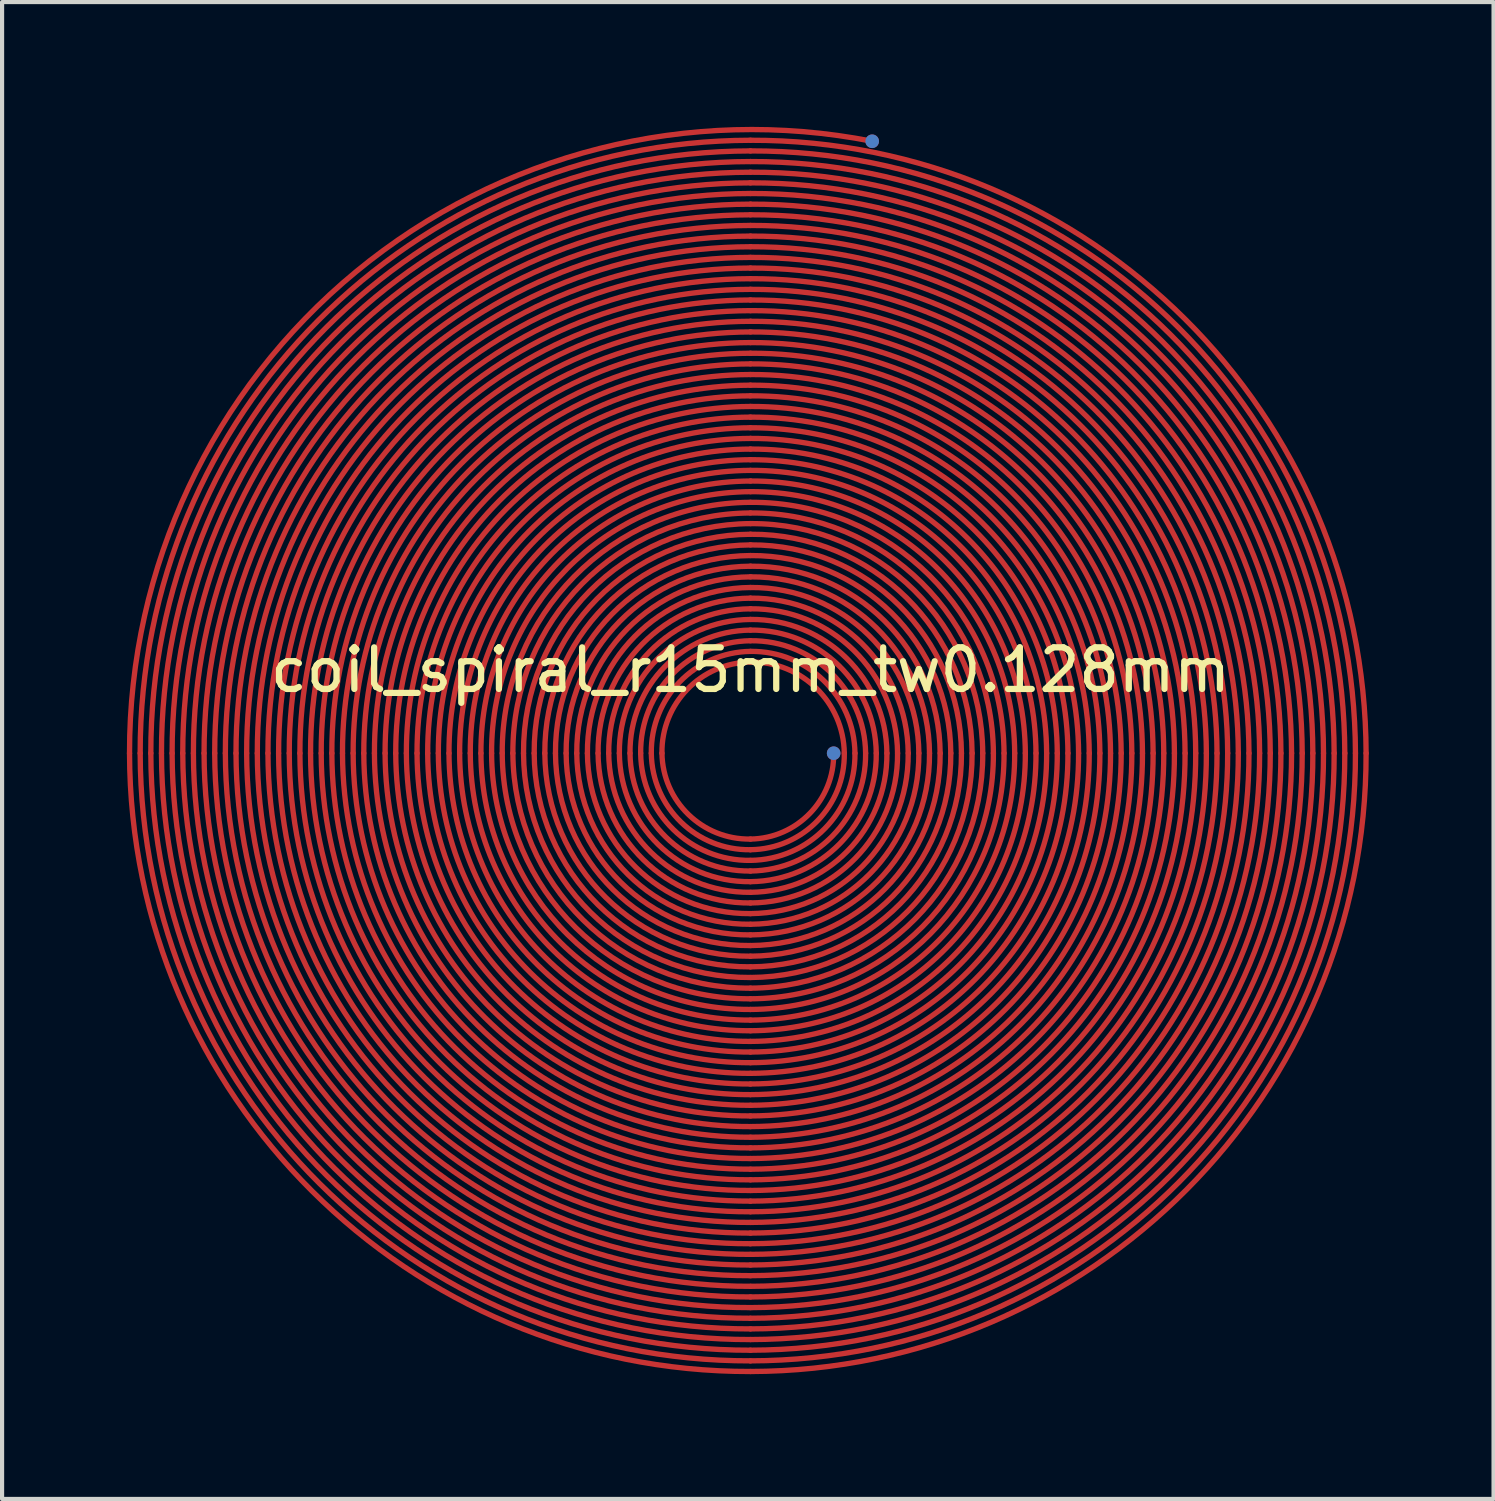
<source format=kicad_pcb>
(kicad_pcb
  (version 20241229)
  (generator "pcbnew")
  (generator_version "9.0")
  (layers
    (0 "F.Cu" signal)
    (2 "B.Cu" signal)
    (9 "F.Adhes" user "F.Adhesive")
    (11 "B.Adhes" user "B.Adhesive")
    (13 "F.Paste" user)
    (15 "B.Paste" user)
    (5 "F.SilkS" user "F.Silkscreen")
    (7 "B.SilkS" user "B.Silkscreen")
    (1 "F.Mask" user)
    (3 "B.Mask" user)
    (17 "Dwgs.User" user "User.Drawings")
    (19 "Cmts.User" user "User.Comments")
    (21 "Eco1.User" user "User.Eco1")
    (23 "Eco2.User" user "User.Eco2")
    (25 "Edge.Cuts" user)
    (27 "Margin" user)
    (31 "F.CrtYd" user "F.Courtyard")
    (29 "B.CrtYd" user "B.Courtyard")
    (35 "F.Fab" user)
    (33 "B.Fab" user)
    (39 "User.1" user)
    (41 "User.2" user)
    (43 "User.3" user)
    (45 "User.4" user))
  (footprint "coil_spiral_r15mm_tw0.128mm"
    (layer "F.Cu")
    (at 14.992 15.058)
    (property "Reference" "coil_spiral_r15mm_tw0.128mm" (at 0 -2 0) (layer "F.SilkS") (effects (font (size 1 1) (thickness 0.15))))
    (attr through_hole)
    (fp_arc (start -14.928 0) (mid -9.479927 -11.578164) (end 2.926355 -14.71178) (stroke (width 0.128) (type solid)) (layer "F.Cu"))
    (fp_arc (start -14.672 0) (mid -10.38795 -10.406695) (end 0 -14.736) (stroke (width 0.128) (type solid)) (layer "F.Cu"))
    (fp_arc (start -14.416 0) (mid -10.206931 -10.225676) (end 0 -14.479999) (stroke (width 0.128) (type solid)) (layer "F.Cu"))
    (fp_arc (start -14.16 0) (mid -10.025912 -10.044658) (end 0 -14.224) (stroke (width 0.128) (type solid)) (layer "F.Cu"))
    (fp_arc (start -13.904 0) (mid -9.844893 -9.863638) (end 0 -13.967999) (stroke (width 0.128) (type solid)) (layer "F.Cu"))
    (fp_arc (start -13.648 0) (mid -9.663875 -9.68262) (end 0 -13.711999) (stroke (width 0.128) (type solid)) (layer "F.Cu"))
    (fp_arc (start -13.392 0) (mid -9.482856 -9.501601) (end 0 -13.456) (stroke (width 0.128) (type solid)) (layer "F.Cu"))
    (fp_arc (start -13.136 0) (mid -9.301837 -9.320582) (end 0 -13.2) (stroke (width 0.128) (type solid)) (layer "F.Cu"))
    (fp_arc (start -12.88 0) (mid -9.120818 -9.139563) (end 0.000001 -12.943999) (stroke (width 0.128) (type solid)) (layer "F.Cu"))
    (fp_arc (start -12.624 0) (mid -8.939799 -8.958544) (end 0 -12.687999) (stroke (width 0.128) (type solid)) (layer "F.Cu"))
    (fp_arc (start -12.368 0) (mid -8.758781 -8.777525) (end 0 -12.432) (stroke (width 0.128) (type solid)) (layer "F.Cu"))
    (fp_arc (start -12.112 0) (mid -8.577763 -8.596507) (end -0.000001 -12.176001) (stroke (width 0.128) (type solid)) (layer "F.Cu"))
    (fp_arc (start -11.856 0) (mid -8.396743 -8.415489) (end 0 -11.920001) (stroke (width 0.128) (type solid)) (layer "F.Cu"))
    (fp_arc (start -11.6 0) (mid -8.215725 -8.23447) (end 0 -11.664) (stroke (width 0.128) (type solid)) (layer "F.Cu"))
    (fp_arc (start -11.344 0) (mid -8.034706 -8.053451) (end 0 -11.408) (stroke (width 0.128) (type solid)) (layer "F.Cu"))
    (fp_arc (start -11.088 0) (mid -7.853688 -7.872433) (end 0 -11.152001) (stroke (width 0.128) (type solid)) (layer "F.Cu"))
    (fp_arc (start -10.832 0) (mid -7.672668 -7.691414) (end 0.000001 -10.896) (stroke (width 0.128) (type solid)) (layer "F.Cu"))
    (fp_arc (start -10.576 0) (mid -7.49165 -7.510395) (end 0 -10.64) (stroke (width 0.128) (type solid)) (layer "F.Cu"))
    (fp_arc (start -10.32 0) (mid -7.310632 -7.329377) (end 0 -10.384) (stroke (width 0.128) (type solid)) (layer "F.Cu"))
    (fp_arc (start -10.064 0) (mid -7.129613 -7.148358) (end 0 -10.128) (stroke (width 0.128) (type solid)) (layer "F.Cu"))
    (fp_arc (start -9.808 0) (mid -6.948595 -6.96734) (end 0 -9.872) (stroke (width 0.128) (type solid)) (layer "F.Cu"))
    (fp_arc (start -9.552 0) (mid -6.767577 -6.786322) (end 0 -9.616001) (stroke (width 0.128) (type solid)) (layer "F.Cu"))
    (fp_arc (start -9.296 0) (mid -6.586558 -6.605303) (end 0 -9.36) (stroke (width 0.128) (type solid)) (layer "F.Cu"))
    (fp_arc (start -9.04 0) (mid -6.405541 -6.424285) (end -0.000001 -9.104) (stroke (width 0.128) (type solid)) (layer "F.Cu"))
    (fp_arc (start -8.784 0) (mid -6.224522 -6.243267) (end -0.000001 -8.848) (stroke (width 0.128) (type solid)) (layer "F.Cu"))
    (fp_arc (start -8.528 0) (mid -6.043504 -6.062249) (end 0 -8.592) (stroke (width 0.128) (type solid)) (layer "F.Cu"))
    (fp_arc (start -8.272 0) (mid -5.862485 -5.881231) (end 0.000001 -8.336) (stroke (width 0.128) (type solid)) (layer "F.Cu"))
    (fp_arc (start -8.016 0) (mid -5.681468 -5.700213) (end 0 -8.08) (stroke (width 0.128) (type solid)) (layer "F.Cu"))
    (fp_arc (start -7.76 0) (mid -5.50045 -5.519195) (end 0 -7.824) (stroke (width 0.128) (type solid)) (layer "F.Cu"))
    (fp_arc (start -7.504 0) (mid -5.319432 -5.338177) (end 0 -7.567999) (stroke (width 0.128) (type solid)) (layer "F.Cu"))
    (fp_arc (start -7.248 0) (mid -5.138415 -5.157159) (end 0 -7.311999) (stroke (width 0.128) (type solid)) (layer "F.Cu"))
    (fp_arc (start -6.992 0) (mid -4.957397 -4.976142) (end 0 -7.056) (stroke (width 0.128) (type solid)) (layer "F.Cu"))
    (fp_arc (start -6.736 0) (mid -4.77638 -4.795125) (end 0 -6.800001) (stroke (width 0.128) (type solid)) (layer "F.Cu"))
    (fp_arc (start -6.48 0) (mid -4.595363 -4.614107) (end 0 -6.544) (stroke (width 0.128) (type solid)) (layer "F.Cu"))
    (fp_arc (start -6.224 0) (mid -4.414346 -4.43309) (end -0.000001 -6.288) (stroke (width 0.128) (type solid)) (layer "F.Cu"))
    (fp_arc (start -5.968 0) (mid -4.233329 -4.252073) (end 0 -6.032) (stroke (width 0.128) (type solid)) (layer "F.Cu"))
    (fp_arc (start -5.712 0) (mid -4.052312 -4.071057) (end 0 -5.776) (stroke (width 0.128) (type solid)) (layer "F.Cu"))
    (fp_arc (start -5.456 0) (mid -3.871296 -3.89004) (end -0.000001 -5.52) (stroke (width 0.128) (type solid)) (layer "F.Cu"))
    (fp_arc (start -5.2 0) (mid -3.69028 -3.709024) (end -0.000001 -5.264) (stroke (width 0.128) (type solid)) (layer "F.Cu"))
    (fp_arc (start -4.944 0) (mid -3.509264 -3.528008) (end 0 -5.008) (stroke (width 0.128) (type solid)) (layer "F.Cu"))
    (fp_arc (start -4.688 0) (mid -3.328249 -3.346993) (end 0 -4.752) (stroke (width 0.128) (type solid)) (layer "F.Cu"))
    (fp_arc (start -4.432 0) (mid -3.147234 -3.165978) (end 0 -4.496) (stroke (width 0.128) (type solid)) (layer "F.Cu"))
    (fp_arc (start -4.176 0) (mid -2.966219 -2.984963) (end 0 -4.239999) (stroke (width 0.128) (type solid)) (layer "F.Cu"))
    (fp_arc (start -3.92 0) (mid -2.785206 -2.803949) (end 0 -3.984) (stroke (width 0.128) (type solid)) (layer "F.Cu"))
    (fp_arc (start -3.664 0) (mid -2.604192 -2.622936) (end 0.000001 -3.728) (stroke (width 0.128) (type solid)) (layer "F.Cu"))
    (fp_arc (start -3.408 0) (mid -2.423181 -2.441924) (end -0.000001 -3.472) (stroke (width 0.128) (type solid)) (layer "F.Cu"))
    (fp_arc (start -3.152 0) (mid -2.24217 -2.260913) (end 0 -3.216) (stroke (width 0.128) (type solid)) (layer "F.Cu"))
    (fp_arc (start -2.896 0) (mid -2.061161 -2.079903) (end 0 -2.959999) (stroke (width 0.128) (type solid)) (layer "F.Cu"))
    (fp_arc (start -2.64 0) (mid -1.880154 -1.898896) (end 0 -2.704) (stroke (width 0.128) (type solid)) (layer "F.Cu"))
    (fp_arc (start -2.384 0) (mid -1.699149 -1.717891) (end 0 -2.448001) (stroke (width 0.128) (type solid)) (layer "F.Cu"))
    (fp_arc (start -2.128 0) (mid -1.518148 -1.536889) (end 0.000001 -2.192) (stroke (width 0.128) (type solid)) (layer "F.Cu"))
    (fp_arc (start 0 -14.736) (mid 10.45195 -10.433205) (end 14.8 -0.000001) (stroke (width 0.128) (type solid)) (layer "F.Cu"))
    (fp_arc (start 0 -14.48) (mid 10.270931 -10.252186) (end 14.544 0) (stroke (width 0.128) (type solid)) (layer "F.Cu"))
    (fp_arc (start 0 -14.224) (mid 10.089912 -10.071168) (end 14.288 -0.000001) (stroke (width 0.128) (type solid)) (layer "F.Cu"))
    (fp_arc (start 0 -13.968) (mid 9.908894 -9.890148) (end 14.032 0.000001) (stroke (width 0.128) (type solid)) (layer "F.Cu"))
    (fp_arc (start 0 -13.712) (mid 9.727875 -9.70913) (end 13.776 0) (stroke (width 0.128) (type solid)) (layer "F.Cu"))
    (fp_arc (start 0 -13.456) (mid 9.546855 -9.52811) (end 13.519999 0) (stroke (width 0.128) (type solid)) (layer "F.Cu"))
    (fp_arc (start 0 -13.2) (mid 9.365837 -9.347092) (end 13.263999 0) (stroke (width 0.128) (type solid)) (layer "F.Cu"))
    (fp_arc (start 0 -12.944) (mid 9.184818 -9.166073) (end 13.008 0) (stroke (width 0.128) (type solid)) (layer "F.Cu"))
    (fp_arc (start 0 -12.688) (mid 9.003799 -8.985054) (end 12.752 0) (stroke (width 0.128) (type solid)) (layer "F.Cu"))
    (fp_arc (start 0 -12.432) (mid 8.822781 -8.804036) (end 12.496001 0) (stroke (width 0.128) (type solid)) (layer "F.Cu"))
    (fp_arc (start 0 -12.176) (mid 8.641761 -8.623017) (end 12.24 -0.000001) (stroke (width 0.128) (type solid)) (layer "F.Cu"))
    (fp_arc (start 0 -11.92) (mid 8.460743 -8.441998) (end 11.984 0) (stroke (width 0.128) (type solid)) (layer "F.Cu"))
    (fp_arc (start 0 -11.664) (mid 8.279724 -8.260979) (end 11.728 0) (stroke (width 0.128) (type solid)) (layer "F.Cu"))
    (fp_arc (start 0 -11.408) (mid 8.098706 -8.079961) (end 11.472001 0) (stroke (width 0.128) (type solid)) (layer "F.Cu"))
    (fp_arc (start 0 -11.152) (mid 7.917687 -7.898942) (end 11.216 0) (stroke (width 0.128) (type solid)) (layer "F.Cu"))
    (fp_arc (start 0 -10.896) (mid 7.736669 -7.717924) (end 10.960001 0) (stroke (width 0.128) (type solid)) (layer "F.Cu"))
    (fp_arc (start 0 -10.64) (mid 7.55565 -7.536905) (end 10.704 0.000001) (stroke (width 0.128) (type solid)) (layer "F.Cu"))
    (fp_arc (start 0 -10.384) (mid 7.374631 -7.355886) (end 10.448 0) (stroke (width 0.128) (type solid)) (layer "F.Cu"))
    (fp_arc (start 0 -10.128) (mid 7.193613 -7.174868) (end 10.192 0) (stroke (width 0.128) (type solid)) (layer "F.Cu"))
    (fp_arc (start 0 -9.872) (mid 7.012595 -6.993849) (end 9.936 0.000001) (stroke (width 0.128) (type solid)) (layer "F.Cu"))
    (fp_arc (start 0 -9.616) (mid 6.831576 -6.812832) (end 9.68 -0.000001) (stroke (width 0.128) (type solid)) (layer "F.Cu"))
    (fp_arc (start 0 -9.36) (mid 6.650558 -6.631813) (end 9.424 0) (stroke (width 0.128) (type solid)) (layer "F.Cu"))
    (fp_arc (start 0 -9.104) (mid 6.46954 -6.450795) (end 9.168 0) (stroke (width 0.128) (type solid)) (layer "F.Cu"))
    (fp_arc (start 0 -8.848) (mid 6.288521 -6.269777) (end 8.912 -0.000001) (stroke (width 0.128) (type solid)) (layer "F.Cu"))
    (fp_arc (start 0 -8.592) (mid 6.107503 -6.088758) (end 8.656 0) (stroke (width 0.128) (type solid)) (layer "F.Cu"))
    (fp_arc (start 0 -8.336) (mid 5.926485 -5.90774) (end 8.4 0) (stroke (width 0.128) (type solid)) (layer "F.Cu"))
    (fp_arc (start 0 -8.08) (mid 5.745467 -5.726723) (end 8.144 0) (stroke (width 0.128) (type solid)) (layer "F.Cu"))
    (fp_arc (start 0 -7.824) (mid 5.56445 -5.545705) (end 7.888 0) (stroke (width 0.128) (type solid)) (layer "F.Cu"))
    (fp_arc (start 0 -7.568) (mid 5.383432 -5.364687) (end 7.632 0) (stroke (width 0.128) (type solid)) (layer "F.Cu"))
    (fp_arc (start 0 -7.312) (mid 5.202414 -5.183669) (end 7.376 0) (stroke (width 0.128) (type solid)) (layer "F.Cu"))
    (fp_arc (start 0 -7.056) (mid 5.021397 -5.002652) (end 7.120001 0) (stroke (width 0.128) (type solid)) (layer "F.Cu"))
    (fp_arc (start 0 -6.8) (mid 4.840379 -4.821634) (end 6.864 0) (stroke (width 0.128) (type solid)) (layer "F.Cu"))
    (fp_arc (start 0 -6.544) (mid 4.659361 -4.640617) (end 6.608 0) (stroke (width 0.128) (type solid)) (layer "F.Cu"))
    (fp_arc (start 0 -6.288) (mid 4.478344 -4.4596) (end 6.352 -0.000001) (stroke (width 0.128) (type solid)) (layer "F.Cu"))
    (fp_arc (start 0 -6.032) (mid 4.297328 -4.278583) (end 6.096 0) (stroke (width 0.128) (type solid)) (layer "F.Cu"))
    (fp_arc (start 0 -5.776) (mid 4.116311 -4.097566) (end 5.84 0) (stroke (width 0.128) (type solid)) (layer "F.Cu"))
    (fp_arc (start 0 -5.52) (mid 3.935294 -3.91655) (end 5.584 0) (stroke (width 0.128) (type solid)) (layer "F.Cu"))
    (fp_arc (start 0 -5.264) (mid 3.754278 -3.735534) (end 5.328 0) (stroke (width 0.128) (type solid)) (layer "F.Cu"))
    (fp_arc (start 0 -5.008) (mid 3.573262 -3.554518) (end 5.072 -0.000001) (stroke (width 0.128) (type solid)) (layer "F.Cu"))
    (fp_arc (start 0 -4.752) (mid 3.392247 -3.373503) (end 4.816 0) (stroke (width 0.128) (type solid)) (layer "F.Cu"))
    (fp_arc (start 0 -4.496) (mid 3.211231 -3.192487) (end 4.56 0) (stroke (width 0.128) (type solid)) (layer "F.Cu"))
    (fp_arc (start 0 -4.24) (mid 3.030217 -3.011473) (end 4.304 0.000001) (stroke (width 0.128) (type solid)) (layer "F.Cu"))
    (fp_arc (start 0 -3.984) (mid 2.849203 -2.830459) (end 4.048 0.000001) (stroke (width 0.128) (type solid)) (layer "F.Cu"))
    (fp_arc (start 0 -3.728) (mid 2.66819 -2.649446) (end 3.792001 0) (stroke (width 0.128) (type solid)) (layer "F.Cu"))
    (fp_arc (start 0 -3.472) (mid 2.487177 -2.468434) (end 3.535999 0) (stroke (width 0.128) (type solid)) (layer "F.Cu"))
    (fp_arc (start 0 -3.216) (mid 2.306166 -2.287423) (end 3.28 0) (stroke (width 0.128) (type solid)) (layer "F.Cu"))
    (fp_arc (start 0 -2.96) (mid 2.125156 -2.106413) (end 3.024001 0) (stroke (width 0.128) (type solid)) (layer "F.Cu"))
    (fp_arc (start 0 -2.704) (mid 1.944147 -1.925405) (end 2.768 0) (stroke (width 0.128) (type solid)) (layer "F.Cu"))
    (fp_arc (start 0 -2.448) (mid 1.763141 -1.7444) (end 2.512 -0.000001) (stroke (width 0.128) (type solid)) (layer "F.Cu"))
    (fp_arc (start 0 -2.192) (mid 1.582138 -1.563398) (end 2.256 -0.000001) (stroke (width 0.128) (type solid)) (layer "F.Cu"))
    (fp_arc (start 0 2.064) (mid -1.491639 1.472898) (end -2.128 -0.000001) (stroke (width 0.128) (type solid)) (layer "F.Cu"))
    (fp_arc (start 0 2.32) (mid -1.67264 1.653898) (end -2.384 -0.000001) (stroke (width 0.128) (type solid)) (layer "F.Cu"))
    (fp_arc (start 0 2.576) (mid -1.853644 1.834902) (end -2.64 0) (stroke (width 0.128) (type solid)) (layer "F.Cu"))
    (fp_arc (start 0 2.832) (mid -2.034652 2.015909) (end -2.896001 0) (stroke (width 0.128) (type solid)) (layer "F.Cu"))
    (fp_arc (start 0 3.088) (mid -2.215661 2.196918) (end -3.152 0) (stroke (width 0.128) (type solid)) (layer "F.Cu"))
    (fp_arc (start 0 3.344) (mid -2.396671 2.377929) (end -3.408 0.000001) (stroke (width 0.128) (type solid)) (layer "F.Cu"))
    (fp_arc (start 0 3.6) (mid -2.577683 2.558939) (end -3.664 -0.000001) (stroke (width 0.128) (type solid)) (layer "F.Cu"))
    (fp_arc (start 0 3.856) (mid -2.758696 2.739952) (end -3.92 -0.000001) (stroke (width 0.128) (type solid)) (layer "F.Cu"))
    (fp_arc (start 0 4.112) (mid -2.93971 2.920966) (end -4.176 0) (stroke (width 0.128) (type solid)) (layer "F.Cu"))
    (fp_arc (start 0 4.368) (mid -3.120724 3.10198) (end -4.432 0) (stroke (width 0.128) (type solid)) (layer "F.Cu"))
    (fp_arc (start 0 4.624) (mid -3.301739 3.282995) (end -4.688001 0) (stroke (width 0.128) (type solid)) (layer "F.Cu"))
    (fp_arc (start 0 4.88) (mid -3.482754 3.46401) (end -4.944 0) (stroke (width 0.128) (type solid)) (layer "F.Cu"))
    (fp_arc (start 0 5.136) (mid -3.66377 3.645026) (end -5.2 0.000001) (stroke (width 0.128) (type solid)) (layer "F.Cu"))
    (fp_arc (start 0 5.392) (mid -3.844786 3.826042) (end -5.456001 0) (stroke (width 0.128) (type solid)) (layer "F.Cu"))
    (fp_arc (start 0 5.648) (mid -4.025802 4.007058) (end -5.711999 0) (stroke (width 0.128) (type solid)) (layer "F.Cu"))
    (fp_arc (start 0 5.904) (mid -4.206819 4.188075) (end -5.968 0) (stroke (width 0.128) (type solid)) (layer "F.Cu"))
    (fp_arc (start 0 6.16) (mid -4.387836 4.369092) (end -6.224 0.000001) (stroke (width 0.128) (type solid)) (layer "F.Cu"))
    (fp_arc (start 0 6.416) (mid -4.568853 4.550109) (end -6.48 0.000001) (stroke (width 0.128) (type solid)) (layer "F.Cu"))
    (fp_arc (start 0 6.672) (mid -4.74987 4.731125) (end -6.736 -0.000001) (stroke (width 0.128) (type solid)) (layer "F.Cu"))
    (fp_arc (start 0 6.928) (mid -4.930888 4.912143) (end -6.992001 0) (stroke (width 0.128) (type solid)) (layer "F.Cu"))
    (fp_arc (start 0 7.184) (mid -5.111905 5.093161) (end -7.248001 0) (stroke (width 0.128) (type solid)) (layer "F.Cu"))
    (fp_arc (start 0 7.44) (mid -5.292923 5.274178) (end -7.504 0) (stroke (width 0.128) (type solid)) (layer "F.Cu"))
    (fp_arc (start 0 7.696) (mid -5.47394 5.455196) (end -7.759999 0) (stroke (width 0.128) (type solid)) (layer "F.Cu"))
    (fp_arc (start 0 7.952) (mid -5.654959 5.636213) (end -8.016 -0.000001) (stroke (width 0.128) (type solid)) (layer "F.Cu"))
    (fp_arc (start 0 8.208) (mid -5.835976 5.817231) (end -8.271999 0) (stroke (width 0.128) (type solid)) (layer "F.Cu"))
    (fp_arc (start 0 8.464) (mid -6.016994 5.998249) (end -8.528 0) (stroke (width 0.128) (type solid)) (layer "F.Cu"))
    (fp_arc (start 0 8.72) (mid -6.198012 6.179268) (end -8.784 0.000001) (stroke (width 0.128) (type solid)) (layer "F.Cu"))
    (fp_arc (start 0 8.976) (mid -6.379031 6.360286) (end -9.04 0) (stroke (width 0.128) (type solid)) (layer "F.Cu"))
    (fp_arc (start 0 9.232) (mid -6.560049 6.541304) (end -9.296 0) (stroke (width 0.128) (type solid)) (layer "F.Cu"))
    (fp_arc (start 0 9.488) (mid -6.741067 6.722322) (end -9.552 -0.000001) (stroke (width 0.128) (type solid)) (layer "F.Cu"))
    (fp_arc (start 0 9.744) (mid -6.922085 6.90334) (end -9.808 0) (stroke (width 0.128) (type solid)) (layer "F.Cu"))
    (fp_arc (start 0 10) (mid -7.103103 7.084359) (end -10.064 0.000001) (stroke (width 0.128) (type solid)) (layer "F.Cu"))
    (fp_arc (start 0 10.256) (mid -7.284122 7.265378) (end -10.32 0.000001) (stroke (width 0.128) (type solid)) (layer "F.Cu"))
    (fp_arc (start 0 10.512) (mid -7.46514 7.446396) (end -10.576 0.000001) (stroke (width 0.128) (type solid)) (layer "F.Cu"))
    (fp_arc (start 0 10.768) (mid -7.646159 7.627414) (end -10.832 0) (stroke (width 0.128) (type solid)) (layer "F.Cu"))
    (fp_arc (start 0 11.024) (mid -7.827178 7.808432) (end -11.088 -0.000001) (stroke (width 0.128) (type solid)) (layer "F.Cu"))
    (fp_arc (start 0 11.28) (mid -8.008196 7.989451) (end -11.344 0) (stroke (width 0.128) (type solid)) (layer "F.Cu"))
    (fp_arc (start 0 11.536) (mid -8.189215 8.17047) (end -11.600001 0) (stroke (width 0.128) (type solid)) (layer "F.Cu"))
    (fp_arc (start 0 11.792) (mid -8.370233 8.351489) (end -11.856 0) (stroke (width 0.128) (type solid)) (layer "F.Cu"))
    (fp_arc (start 0 12.048) (mid -8.551252 8.532507) (end -12.112 0) (stroke (width 0.128) (type solid)) (layer "F.Cu"))
    (fp_arc (start 0 12.304) (mid -8.732271 8.713526) (end -12.368001 0) (stroke (width 0.128) (type solid)) (layer "F.Cu"))
    (fp_arc (start 0 12.56) (mid -8.91329 8.894545) (end -12.624 0) (stroke (width 0.128) (type solid)) (layer "F.Cu"))
    (fp_arc (start 0 12.816) (mid -9.094309 9.075564) (end -12.88 0) (stroke (width 0.128) (type solid)) (layer "F.Cu"))
    (fp_arc (start 0 13.072) (mid -9.275327 9.256582) (end -13.135999 0) (stroke (width 0.128) (type solid)) (layer "F.Cu"))
    (fp_arc (start 0 13.328) (mid -9.456346 9.437601) (end -13.391999 0) (stroke (width 0.128) (type solid)) (layer "F.Cu"))
    (fp_arc (start 0 13.584) (mid -9.637365 9.61862) (end -13.648 0) (stroke (width 0.128) (type solid)) (layer "F.Cu"))
    (fp_arc (start 0 13.84) (mid -9.818384 9.799639) (end -13.904 0) (stroke (width 0.128) (type solid)) (layer "F.Cu"))
    (fp_arc (start 0 14.096) (mid -9.999402 9.980658) (end -14.159999 0) (stroke (width 0.128) (type solid)) (layer "F.Cu"))
    (fp_arc (start 0 14.352) (mid -10.180422 10.161677) (end -14.416 0) (stroke (width 0.128) (type solid)) (layer "F.Cu"))
    (fp_arc (start 0 14.608) (mid -10.36144 10.342695) (end -14.671999 0) (stroke (width 0.128) (type solid)) (layer "F.Cu"))
    (fp_arc (start 0 14.864) (mid -10.54246 10.523714) (end -14.928 0) (stroke (width 0.128) (type solid)) (layer "F.Cu"))
    (fp_arc (start 2 0) (mid 1.427649 1.446388) (end 0 2.063999) (stroke (width 0.128) (type solid)) (layer "F.Cu"))
    (fp_arc (start 2.256 0) (mid 1.608648 1.627388) (end 0 2.319999) (stroke (width 0.128) (type solid)) (layer "F.Cu"))
    (fp_arc (start 2.512 0) (mid 1.789652 1.808393) (end 0.000001 2.576) (stroke (width 0.128) (type solid)) (layer "F.Cu"))
    (fp_arc (start 2.768 0) (mid 1.970657 1.9894) (end -0.000001 2.832) (stroke (width 0.128) (type solid)) (layer "F.Cu"))
    (fp_arc (start 3.024 0) (mid 2.151665 2.170408) (end 0 3.087999) (stroke (width 0.128) (type solid)) (layer "F.Cu"))
    (fp_arc (start 3.28 0) (mid 2.332676 2.351418) (end 0.000001 3.344) (stroke (width 0.128) (type solid)) (layer "F.Cu"))
    (fp_arc (start 3.536 0) (mid 2.513686 2.53243) (end -0.000001 3.6) (stroke (width 0.128) (type solid)) (layer "F.Cu"))
    (fp_arc (start 3.792 0) (mid 2.694699 2.713442) (end 0 3.855999) (stroke (width 0.128) (type solid)) (layer "F.Cu"))
    (fp_arc (start 4.048 0) (mid 2.875713 2.894457) (end 0 4.112001) (stroke (width 0.128) (type solid)) (layer "F.Cu"))
    (fp_arc (start 4.304 0) (mid 3.056727 3.075471) (end 0 4.368) (stroke (width 0.128) (type solid)) (layer "F.Cu"))
    (fp_arc (start 4.56 0) (mid 3.237741 3.256485) (end 0 4.624) (stroke (width 0.128) (type solid)) (layer "F.Cu"))
    (fp_arc (start 4.816 0) (mid 3.418756 3.4375) (end 0 4.879999) (stroke (width 0.128) (type solid)) (layer "F.Cu"))
    (fp_arc (start 5.072 0) (mid 3.599772 3.618516) (end 0.000001 5.136) (stroke (width 0.128) (type solid)) (layer "F.Cu"))
    (fp_arc (start 5.328 0) (mid 3.780788 3.799532) (end 0 5.392) (stroke (width 0.128) (type solid)) (layer "F.Cu"))
    (fp_arc (start 5.584 0) (mid 3.961804 3.980549) (end 0 5.648001) (stroke (width 0.128) (type solid)) (layer "F.Cu"))
    (fp_arc (start 5.84 0) (mid 4.14282 4.161565) (end 0 5.903999) (stroke (width 0.128) (type solid)) (layer "F.Cu"))
    (fp_arc (start 6.096 0) (mid 4.323838 4.342581) (end 0.000001 6.16) (stroke (width 0.128) (type solid)) (layer "F.Cu"))
    (fp_arc (start 6.352 0) (mid 4.504855 4.523598) (end 0.000001 6.416) (stroke (width 0.128) (type solid)) (layer "F.Cu"))
    (fp_arc (start 6.608 0) (mid 4.685871 4.704616) (end 0 6.672) (stroke (width 0.128) (type solid)) (layer "F.Cu"))
    (fp_arc (start 6.864 0) (mid 4.866888 4.885633) (end 0 6.928) (stroke (width 0.128) (type solid)) (layer "F.Cu"))
    (fp_arc (start 7.12 0) (mid 5.047906 5.066651) (end 0 7.184) (stroke (width 0.128) (type solid)) (layer "F.Cu"))
    (fp_arc (start 7.376 0) (mid 5.228923 5.247668) (end 0 7.439999) (stroke (width 0.128) (type solid)) (layer "F.Cu"))
    (fp_arc (start 7.632 0) (mid 5.409942 5.428686) (end 0.000001 7.696) (stroke (width 0.128) (type solid)) (layer "F.Cu"))
    (fp_arc (start 7.888 0) (mid 5.590959 5.609703) (end 0 7.951999) (stroke (width 0.128) (type solid)) (layer "F.Cu"))
    (fp_arc (start 8.144 0) (mid 5.771977 5.790722) (end 0.000001 8.208) (stroke (width 0.128) (type solid)) (layer "F.Cu"))
    (fp_arc (start 8.4 0) (mid 5.952995 5.97174) (end 0 8.464) (stroke (width 0.128) (type solid)) (layer "F.Cu"))
    (fp_arc (start 8.656 0) (mid 6.134013 6.152758) (end 0 8.72) (stroke (width 0.128) (type solid)) (layer "F.Cu"))
    (fp_arc (start 8.912 0) (mid 6.315032 6.333776) (end 0.000001 8.976) (stroke (width 0.128) (type solid)) (layer "F.Cu"))
    (fp_arc (start 9.168 0) (mid 6.496049 6.514794) (end 0 9.232) (stroke (width 0.128) (type solid)) (layer "F.Cu"))
    (fp_arc (start 9.424 0) (mid 6.677067 6.695812) (end 0 9.488) (stroke (width 0.128) (type solid)) (layer "F.Cu"))
    (fp_arc (start 9.68 0) (mid 6.858086 6.876831) (end 0 9.744) (stroke (width 0.128) (type solid)) (layer "F.Cu"))
    (fp_arc (start 9.936 0) (mid 7.039104 7.05785) (end 0 10.000001) (stroke (width 0.128) (type solid)) (layer "F.Cu"))
    (fp_arc (start 10.192 0) (mid 7.220123 7.238868) (end 0 10.256001) (stroke (width 0.128) (type solid)) (layer "F.Cu"))
    (fp_arc (start 10.448 0) (mid 7.401141 7.419886) (end 0 10.512001) (stroke (width 0.128) (type solid)) (layer "F.Cu"))
    (fp_arc (start 10.704 0) (mid 7.58216 7.600905) (end 0 10.768001) (stroke (width 0.128) (type solid)) (layer "F.Cu"))
    (fp_arc (start 10.96 0) (mid 7.763178 7.781923) (end 0 11.024) (stroke (width 0.128) (type solid)) (layer "F.Cu"))
    (fp_arc (start 11.216 0) (mid 7.944197 7.962942) (end 0 11.280001) (stroke (width 0.128) (type solid)) (layer "F.Cu"))
    (fp_arc (start 11.472 0) (mid 8.125215 8.14396) (end 0 11.536) (stroke (width 0.128) (type solid)) (layer "F.Cu"))
    (fp_arc (start 11.728 0) (mid 8.306234 8.324979) (end 0 11.792001) (stroke (width 0.128) (type solid)) (layer "F.Cu"))
    (fp_arc (start 11.984 0) (mid 8.487253 8.505998) (end 0 12.048001) (stroke (width 0.128) (type solid)) (layer "F.Cu"))
    (fp_arc (start 12.24 0) (mid 8.668271 8.687016) (end -0.000001 12.304) (stroke (width 0.128) (type solid)) (layer "F.Cu"))
    (fp_arc (start 12.496 0) (mid 8.84929 8.868035) (end 0 12.56) (stroke (width 0.128) (type solid)) (layer "F.Cu"))
    (fp_arc (start 12.752 0) (mid 9.030309 9.049054) (end 0 12.815999) (stroke (width 0.128) (type solid)) (layer "F.Cu"))
    (fp_arc (start 13.008 0) (mid 9.211328 9.230073) (end 0 13.072) (stroke (width 0.128) (type solid)) (layer "F.Cu"))
    (fp_arc (start 13.264 0) (mid 9.392347 9.411092) (end 0 13.328) (stroke (width 0.128) (type solid)) (layer "F.Cu"))
    (fp_arc (start 13.52 0) (mid 9.573365 9.59211) (end 0 13.584) (stroke (width 0.128) (type solid)) (layer "F.Cu"))
    (fp_arc (start 13.776 0) (mid 9.754384 9.773129) (end 0 13.839999) (stroke (width 0.128) (type solid)) (layer "F.Cu"))
    (fp_arc (start 14.032 0) (mid 9.935403 9.954148) (end 0 14.096) (stroke (width 0.128) (type solid)) (layer "F.Cu"))
    (fp_arc (start 14.288 0) (mid 10.116422 10.135167) (end 0 14.351999) (stroke (width 0.128) (type solid)) (layer "F.Cu"))
    (fp_arc (start 14.544 0) (mid 10.297441 10.316186) (end 0 14.608) (stroke (width 0.128) (type solid)) (layer "F.Cu"))
    (fp_arc (start 14.8 0) (mid 10.47846 10.497204) (end 0 14.863999) (stroke (width 0.128) (type solid)) (layer "F.Cu"))
    (pad "1" connect circle (at 2 0) (size 0.327 0.327) (layers "*.Cu" "*.Mask"))
    (pad "2" connect circle (at 2.926 -14.712) (size 0.327 0.327) (layers "*.Cu" "*.Mask")))
  (gr_rect
    (start -3 -3)
    (end 32.856 32.986)
    (stroke (width 0.1) (type default))
    (fill no)
    (layer "Edge.Cuts")))
</source>
